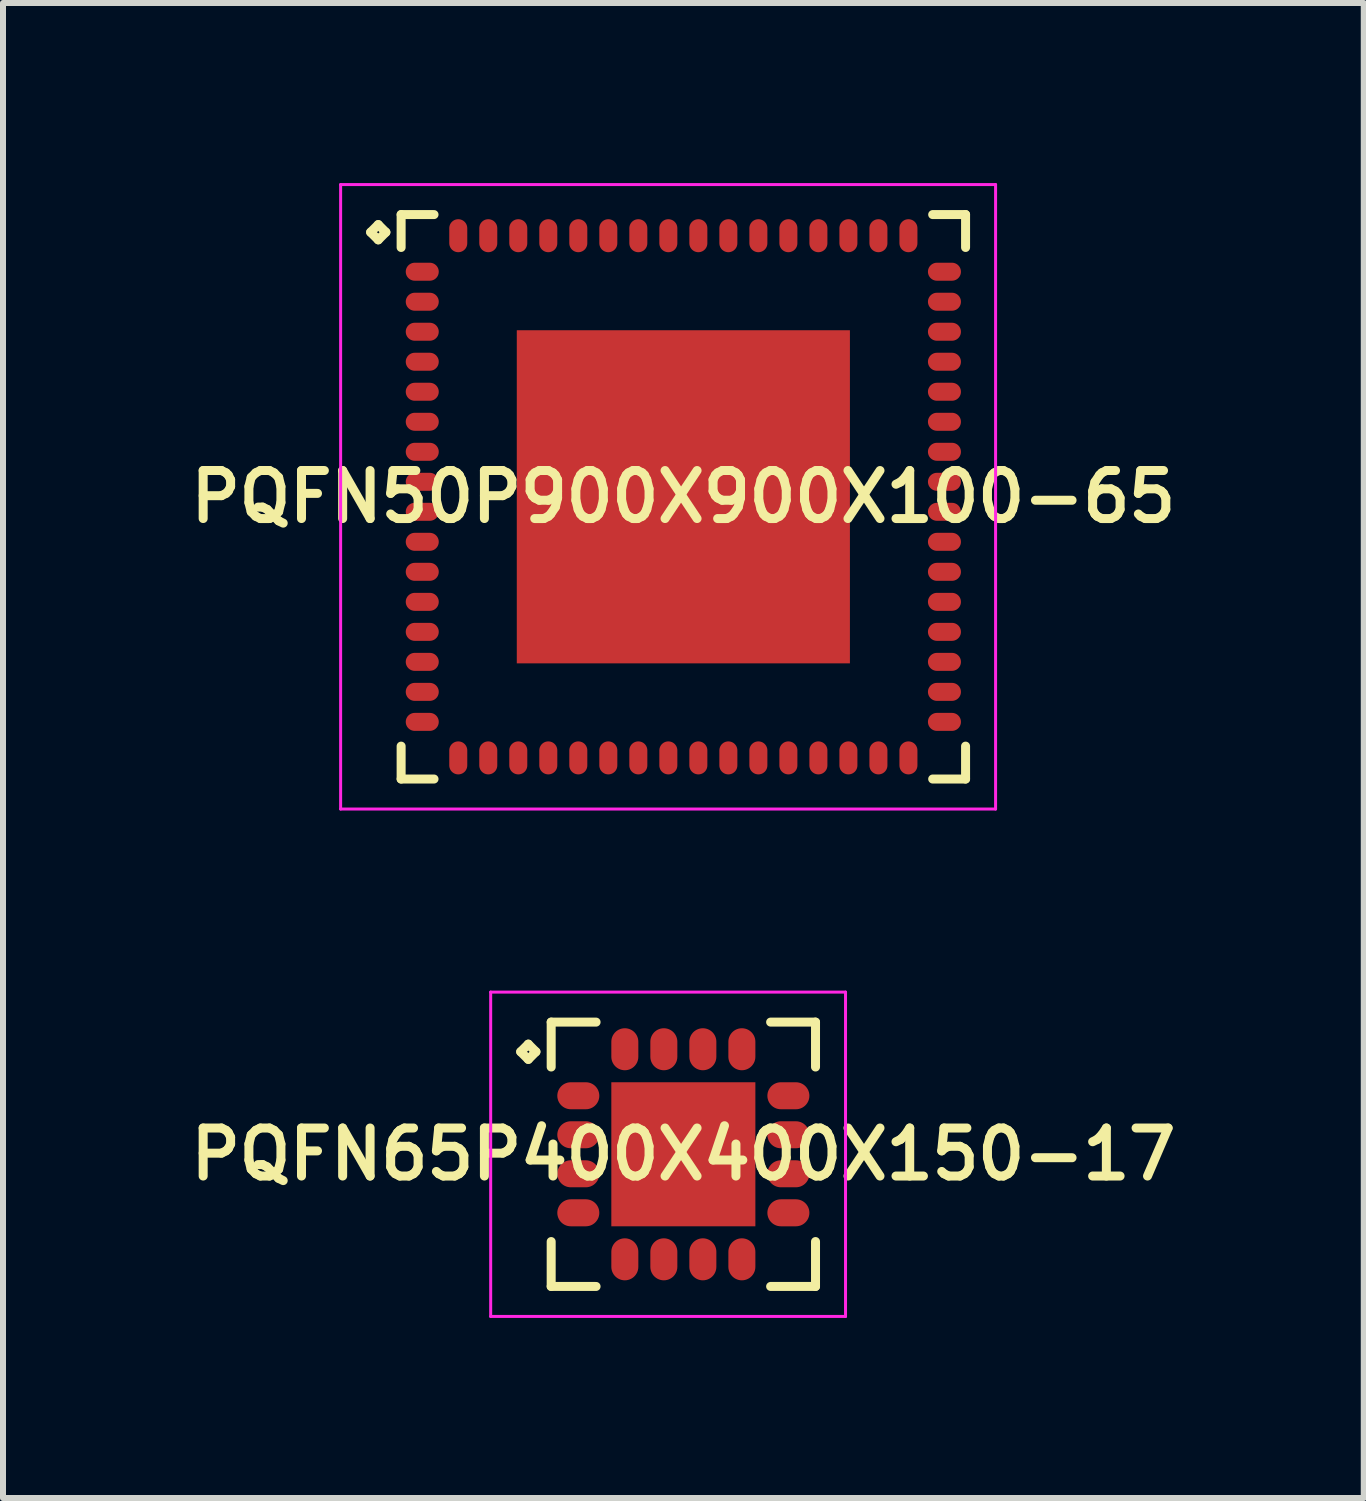
<source format=kicad_pcb>
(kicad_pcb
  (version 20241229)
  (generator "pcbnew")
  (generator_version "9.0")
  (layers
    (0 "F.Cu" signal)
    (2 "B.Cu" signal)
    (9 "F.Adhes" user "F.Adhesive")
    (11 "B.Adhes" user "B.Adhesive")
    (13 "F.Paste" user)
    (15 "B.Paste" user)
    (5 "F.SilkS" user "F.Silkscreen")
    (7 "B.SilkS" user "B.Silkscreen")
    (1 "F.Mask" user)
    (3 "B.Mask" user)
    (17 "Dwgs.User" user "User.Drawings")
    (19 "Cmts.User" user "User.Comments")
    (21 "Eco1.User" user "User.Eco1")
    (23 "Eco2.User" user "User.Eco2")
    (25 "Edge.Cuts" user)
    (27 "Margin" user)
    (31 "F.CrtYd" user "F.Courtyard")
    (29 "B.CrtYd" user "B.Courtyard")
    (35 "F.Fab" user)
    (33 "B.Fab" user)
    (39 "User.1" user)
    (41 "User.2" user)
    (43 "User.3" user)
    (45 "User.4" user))
  (footprint "PQFN50P900X900X100-65"
    (layer "F.Cu")
    (at 8.335 5.227)
    (property "Reference" "PQFN50P900X900X100-65" (at 0 0 0) (layer "F.SilkS") (effects (font (size 0.8 0.8) (thickness 0.15))))
    (attr smd)
    (fp_line (start -5.21 -4.408) (end -5.083 -4.535) (stroke (width 0.15) (type solid)) (layer "F.SilkS"))
    (fp_line (start -5.083 -4.535) (end -4.956 -4.408) (stroke (width 0.15) (type solid)) (layer "F.SilkS"))
    (fp_line (start -5.083 -4.281) (end -5.21 -4.408) (stroke (width 0.15) (type solid)) (layer "F.SilkS"))
    (fp_line (start -4.956 -4.408) (end -5.083 -4.281) (stroke (width 0.15) (type solid)) (layer "F.SilkS"))
    (fp_line (start -4.702 -4.702) (end -4.154 -4.702) (stroke (width 0.15) (type solid)) (layer "F.SilkS"))
    (fp_line (start -4.702 -4.154) (end -4.702 -4.702) (stroke (width 0.15) (type solid)) (layer "F.SilkS"))
    (fp_line (start -4.702 4.154) (end -4.702 4.702) (stroke (width 0.15) (type solid)) (layer "F.SilkS"))
    (fp_line (start -4.702 4.702) (end -4.154 4.702) (stroke (width 0.15) (type solid)) (layer "F.SilkS"))
    (fp_line (start 4.154 -4.702) (end 4.702 -4.702) (stroke (width 0.15) (type solid)) (layer "F.SilkS"))
    (fp_line (start 4.154 4.702) (end 4.702 4.702) (stroke (width 0.15) (type solid)) (layer "F.SilkS"))
    (fp_line (start 4.702 -4.702) (end 4.702 -4.154) (stroke (width 0.15) (type solid)) (layer "F.SilkS"))
    (fp_line (start 4.702 4.702) (end 4.702 4.154) (stroke (width 0.15) (type solid)) (layer "F.SilkS"))
    (fp_line (start -5.71 -5.202) (end 5.202 -5.202) (stroke (width 0.05) (type solid)) (layer "F.CrtYd"))
    (fp_line (start -5.71 5.202) (end -5.71 -5.202) (stroke (width 0.05) (type solid)) (layer "F.CrtYd"))
    (fp_line (start 5.202 -5.202) (end 5.202 5.202) (stroke (width 0.05) (type solid)) (layer "F.CrtYd"))
    (fp_line (start 5.202 5.202) (end -5.71 5.202) (stroke (width 0.05) (type solid)) (layer "F.CrtYd"))
    (pad "1" smd oval (at -4.35 -3.75) (size 0.55 0.3) (layers "F.Cu" "F.Mask" "F.Paste"))
    (pad "2" smd oval (at -4.35 -3.25) (size 0.55 0.3) (layers "F.Cu" "F.Mask" "F.Paste"))
    (pad "3" smd oval (at -4.35 -2.75) (size 0.55 0.3) (layers "F.Cu" "F.Mask" "F.Paste"))
    (pad "4" smd oval (at -4.35 -2.25) (size 0.55 0.3) (layers "F.Cu" "F.Mask" "F.Paste"))
    (pad "5" smd oval (at -4.35 -1.75) (size 0.55 0.3) (layers "F.Cu" "F.Mask" "F.Paste"))
    (pad "6" smd oval (at -4.35 -1.25) (size 0.55 0.3) (layers "F.Cu" "F.Mask" "F.Paste"))
    (pad "7" smd oval (at -4.35 -0.75) (size 0.55 0.3) (layers "F.Cu" "F.Mask" "F.Paste"))
    (pad "8" smd oval (at -4.35 -0.25) (size 0.55 0.3) (layers "F.Cu" "F.Mask" "F.Paste"))
    (pad "9" smd oval (at -4.35 0.25) (size 0.55 0.3) (layers "F.Cu" "F.Mask" "F.Paste"))
    (pad "10" smd oval (at -4.35 0.75) (size 0.55 0.3) (layers "F.Cu" "F.Mask" "F.Paste"))
    (pad "11" smd oval (at -4.35 1.25) (size 0.55 0.3) (layers "F.Cu" "F.Mask" "F.Paste"))
    (pad "12" smd oval (at -4.35 1.75) (size 0.55 0.3) (layers "F.Cu" "F.Mask" "F.Paste"))
    (pad "13" smd oval (at -4.35 2.25) (size 0.55 0.3) (layers "F.Cu" "F.Mask" "F.Paste"))
    (pad "14" smd oval (at -4.35 2.75) (size 0.55 0.3) (layers "F.Cu" "F.Mask" "F.Paste"))
    (pad "15" smd oval (at -4.35 3.25) (size 0.55 0.3) (layers "F.Cu" "F.Mask" "F.Paste"))
    (pad "16" smd oval (at -4.35 3.75) (size 0.55 0.3) (layers "F.Cu" "F.Mask" "F.Paste"))
    (pad "17" smd oval (at -3.75 4.35) (size 0.3 0.55) (layers "F.Cu" "F.Mask" "F.Paste"))
    (pad "18" smd oval (at -3.25 4.35) (size 0.3 0.55) (layers "F.Cu" "F.Mask" "F.Paste"))
    (pad "19" smd oval (at -2.75 4.35) (size 0.3 0.55) (layers "F.Cu" "F.Mask" "F.Paste"))
    (pad "20" smd oval (at -2.25 4.35) (size 0.3 0.55) (layers "F.Cu" "F.Mask" "F.Paste"))
    (pad "21" smd oval (at -1.75 4.35) (size 0.3 0.55) (layers "F.Cu" "F.Mask" "F.Paste"))
    (pad "22" smd oval (at -1.25 4.35) (size 0.3 0.55) (layers "F.Cu" "F.Mask" "F.Paste"))
    (pad "23" smd oval (at -0.75 4.35) (size 0.3 0.55) (layers "F.Cu" "F.Mask" "F.Paste"))
    (pad "24" smd oval (at -0.25 4.35) (size 0.3 0.55) (layers "F.Cu" "F.Mask" "F.Paste"))
    (pad "25" smd oval (at 0.25 4.35) (size 0.3 0.55) (layers "F.Cu" "F.Mask" "F.Paste"))
    (pad "26" smd oval (at 0.75 4.35) (size 0.3 0.55) (layers "F.Cu" "F.Mask" "F.Paste"))
    (pad "27" smd oval (at 1.25 4.35) (size 0.3 0.55) (layers "F.Cu" "F.Mask" "F.Paste"))
    (pad "28" smd oval (at 1.75 4.35) (size 0.3 0.55) (layers "F.Cu" "F.Mask" "F.Paste"))
    (pad "29" smd oval (at 2.25 4.35) (size 0.3 0.55) (layers "F.Cu" "F.Mask" "F.Paste"))
    (pad "30" smd oval (at 2.75 4.35) (size 0.3 0.55) (layers "F.Cu" "F.Mask" "F.Paste"))
    (pad "31" smd oval (at 3.25 4.35) (size 0.3 0.55) (layers "F.Cu" "F.Mask" "F.Paste"))
    (pad "32" smd oval (at 3.75 4.35) (size 0.3 0.55) (layers "F.Cu" "F.Mask" "F.Paste"))
    (pad "33" smd oval (at 4.35 3.75) (size 0.55 0.3) (layers "F.Cu" "F.Mask" "F.Paste"))
    (pad "34" smd oval (at 4.35 3.25) (size 0.55 0.3) (layers "F.Cu" "F.Mask" "F.Paste"))
    (pad "35" smd oval (at 4.35 2.75) (size 0.55 0.3) (layers "F.Cu" "F.Mask" "F.Paste"))
    (pad "36" smd oval (at 4.35 2.25) (size 0.55 0.3) (layers "F.Cu" "F.Mask" "F.Paste"))
    (pad "37" smd oval (at 4.35 1.75) (size 0.55 0.3) (layers "F.Cu" "F.Mask" "F.Paste"))
    (pad "38" smd oval (at 4.35 1.25) (size 0.55 0.3) (layers "F.Cu" "F.Mask" "F.Paste"))
    (pad "39" smd oval (at 4.35 0.75) (size 0.55 0.3) (layers "F.Cu" "F.Mask" "F.Paste"))
    (pad "40" smd oval (at 4.35 0.25) (size 0.55 0.3) (layers "F.Cu" "F.Mask" "F.Paste"))
    (pad "41" smd oval (at 4.35 -0.25) (size 0.55 0.3) (layers "F.Cu" "F.Mask" "F.Paste"))
    (pad "42" smd oval (at 4.35 -0.75) (size 0.55 0.3) (layers "F.Cu" "F.Mask" "F.Paste"))
    (pad "43" smd oval (at 4.35 -1.25) (size 0.55 0.3) (layers "F.Cu" "F.Mask" "F.Paste"))
    (pad "44" smd oval (at 4.35 -1.75) (size 0.55 0.3) (layers "F.Cu" "F.Mask" "F.Paste"))
    (pad "45" smd oval (at 4.35 -2.25) (size 0.55 0.3) (layers "F.Cu" "F.Mask" "F.Paste"))
    (pad "46" smd oval (at 4.35 -2.75) (size 0.55 0.3) (layers "F.Cu" "F.Mask" "F.Paste"))
    (pad "47" smd oval (at 4.35 -3.25) (size 0.55 0.3) (layers "F.Cu" "F.Mask" "F.Paste"))
    (pad "48" smd oval (at 4.35 -3.75) (size 0.55 0.3) (layers "F.Cu" "F.Mask" "F.Paste"))
    (pad "49" smd oval (at 3.75 -4.35) (size 0.3 0.55) (layers "F.Cu" "F.Mask" "F.Paste"))
    (pad "50" smd oval (at 3.25 -4.35) (size 0.3 0.55) (layers "F.Cu" "F.Mask" "F.Paste"))
    (pad "51" smd oval (at 2.75 -4.35) (size 0.3 0.55) (layers "F.Cu" "F.Mask" "F.Paste"))
    (pad "52" smd oval (at 2.25 -4.35) (size 0.3 0.55) (layers "F.Cu" "F.Mask" "F.Paste"))
    (pad "53" smd oval (at 1.75 -4.35) (size 0.3 0.55) (layers "F.Cu" "F.Mask" "F.Paste"))
    (pad "54" smd oval (at 1.25 -4.35) (size 0.3 0.55) (layers "F.Cu" "F.Mask" "F.Paste"))
    (pad "55" smd oval (at 0.75 -4.35) (size 0.3 0.55) (layers "F.Cu" "F.Mask" "F.Paste"))
    (pad "56" smd oval (at 0.25 -4.35) (size 0.3 0.55) (layers "F.Cu" "F.Mask" "F.Paste"))
    (pad "57" smd oval (at -0.25 -4.35) (size 0.3 0.55) (layers "F.Cu" "F.Mask" "F.Paste"))
    (pad "58" smd oval (at -0.75 -4.35) (size 0.3 0.55) (layers "F.Cu" "F.Mask" "F.Paste"))
    (pad "59" smd oval (at -1.25 -4.35) (size 0.3 0.55) (layers "F.Cu" "F.Mask" "F.Paste"))
    (pad "60" smd oval (at -1.75 -4.35) (size 0.3 0.55) (layers "F.Cu" "F.Mask" "F.Paste"))
    (pad "61" smd oval (at -2.25 -4.35) (size 0.3 0.55) (layers "F.Cu" "F.Mask" "F.Paste"))
    (pad "62" smd oval (at -2.75 -4.35) (size 0.3 0.55) (layers "F.Cu" "F.Mask" "F.Paste"))
    (pad "63" smd oval (at -3.25 -4.35) (size 0.3 0.55) (layers "F.Cu" "F.Mask" "F.Paste"))
    (pad "64" smd oval (at -3.75 -4.35) (size 0.3 0.55) (layers "F.Cu" "F.Mask" "F.Paste"))
    (pad "65" smd rect (at 0 0) (size 5.55 5.55) (layers "F.Cu" "F.Mask" "F.Paste")))
  (footprint "PQFN65P400X400X150-17"
    (layer "F.Cu")
    (at 8.335 16.181)
    (property "Reference" "PQFN65P400X400X150-17" (at 0 0 0) (layer "F.SilkS") (effects (font (size 0.8 0.8) (thickness 0.15))))
    (attr smd)
    (fp_line (start -2.71 -1.708) (end -2.583 -1.835) (stroke (width 0.15) (type solid)) (layer "F.SilkS"))
    (fp_line (start -2.583 -1.835) (end -2.456 -1.708) (stroke (width 0.15) (type solid)) (layer "F.SilkS"))
    (fp_line (start -2.583 -1.581) (end -2.71 -1.708) (stroke (width 0.15) (type solid)) (layer "F.SilkS"))
    (fp_line (start -2.456 -1.708) (end -2.583 -1.581) (stroke (width 0.15) (type solid)) (layer "F.SilkS"))
    (fp_line (start -2.202 -2.202) (end -1.454 -2.202) (stroke (width 0.15) (type solid)) (layer "F.SilkS"))
    (fp_line (start -2.202 -1.454) (end -2.202 -2.202) (stroke (width 0.15) (type solid)) (layer "F.SilkS"))
    (fp_line (start -2.202 1.454) (end -2.202 2.202) (stroke (width 0.15) (type solid)) (layer "F.SilkS"))
    (fp_line (start -2.202 2.202) (end -1.454 2.202) (stroke (width 0.15) (type solid)) (layer "F.SilkS"))
    (fp_line (start 1.454 -2.202) (end 2.202 -2.202) (stroke (width 0.15) (type solid)) (layer "F.SilkS"))
    (fp_line (start 1.454 2.202) (end 2.202 2.202) (stroke (width 0.15) (type solid)) (layer "F.SilkS"))
    (fp_line (start 2.202 -2.202) (end 2.202 -1.454) (stroke (width 0.15) (type solid)) (layer "F.SilkS"))
    (fp_line (start 2.202 2.202) (end 2.202 1.454) (stroke (width 0.15) (type solid)) (layer "F.SilkS"))
    (fp_line (start -3.21 -2.702) (end 2.702 -2.702) (stroke (width 0.05) (type solid)) (layer "F.CrtYd"))
    (fp_line (start -3.21 2.702) (end -3.21 -2.702) (stroke (width 0.05) (type solid)) (layer "F.CrtYd"))
    (fp_line (start 2.702 -2.702) (end 2.702 2.702) (stroke (width 0.05) (type solid)) (layer "F.CrtYd"))
    (fp_line (start 2.702 2.702) (end -3.21 2.702) (stroke (width 0.05) (type solid)) (layer "F.CrtYd"))
    (pad "1" smd oval (at -1.75 -0.975) (size 0.7 0.45) (layers "F.Cu" "F.Mask" "F.Paste"))
    (pad "2" smd oval (at -1.75 -0.325) (size 0.7 0.45) (layers "F.Cu" "F.Mask" "F.Paste"))
    (pad "3" smd oval (at -1.75 0.325) (size 0.7 0.45) (layers "F.Cu" "F.Mask" "F.Paste"))
    (pad "4" smd oval (at -1.75 0.975) (size 0.7 0.45) (layers "F.Cu" "F.Mask" "F.Paste"))
    (pad "5" smd oval (at -0.975 1.75) (size 0.45 0.7) (layers "F.Cu" "F.Mask" "F.Paste"))
    (pad "6" smd oval (at -0.325 1.75) (size 0.45 0.7) (layers "F.Cu" "F.Mask" "F.Paste"))
    (pad "7" smd oval (at 0.325 1.75) (size 0.45 0.7) (layers "F.Cu" "F.Mask" "F.Paste"))
    (pad "8" smd oval (at 0.975 1.75) (size 0.45 0.7) (layers "F.Cu" "F.Mask" "F.Paste"))
    (pad "9" smd oval (at 1.75 0.975) (size 0.7 0.45) (layers "F.Cu" "F.Mask" "F.Paste"))
    (pad "10" smd oval (at 1.75 0.325) (size 0.7 0.45) (layers "F.Cu" "F.Mask" "F.Paste"))
    (pad "11" smd oval (at 1.75 -0.325) (size 0.7 0.45) (layers "F.Cu" "F.Mask" "F.Paste"))
    (pad "12" smd oval (at 1.75 -0.975) (size 0.7 0.45) (layers "F.Cu" "F.Mask" "F.Paste"))
    (pad "13" smd oval (at 0.975 -1.75) (size 0.45 0.7) (layers "F.Cu" "F.Mask" "F.Paste"))
    (pad "14" smd oval (at 0.325 -1.75) (size 0.45 0.7) (layers "F.Cu" "F.Mask" "F.Paste"))
    (pad "15" smd oval (at -0.325 -1.75) (size 0.45 0.7) (layers "F.Cu" "F.Mask" "F.Paste"))
    (pad "16" smd oval (at -0.975 -1.75) (size 0.45 0.7) (layers "F.Cu" "F.Mask" "F.Paste"))
    (pad "17" smd rect (at 0 0) (size 2.4 2.4) (layers "F.Cu" "F.Mask" "F.Paste")))
  (gr_rect
    (start -3 -3)
    (end 19.671 21.908)
    (stroke (width 0.1) (type default))
    (fill no)
    (layer "Edge.Cuts")))
</source>
